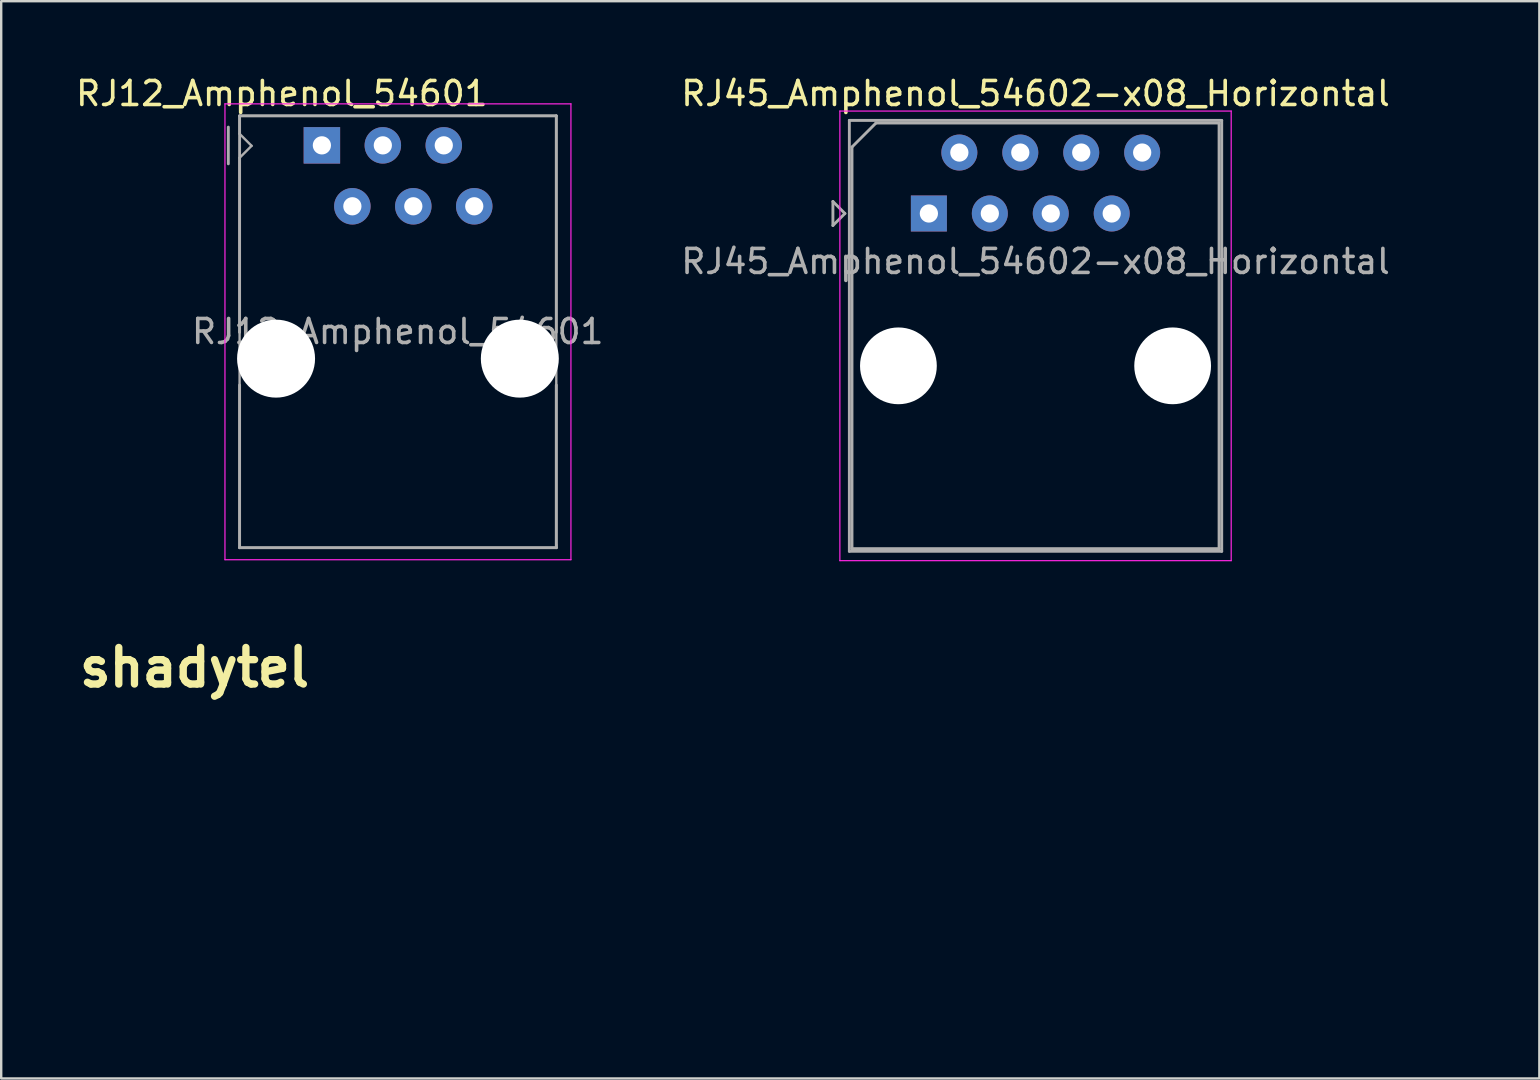
<source format=kicad_pcb>
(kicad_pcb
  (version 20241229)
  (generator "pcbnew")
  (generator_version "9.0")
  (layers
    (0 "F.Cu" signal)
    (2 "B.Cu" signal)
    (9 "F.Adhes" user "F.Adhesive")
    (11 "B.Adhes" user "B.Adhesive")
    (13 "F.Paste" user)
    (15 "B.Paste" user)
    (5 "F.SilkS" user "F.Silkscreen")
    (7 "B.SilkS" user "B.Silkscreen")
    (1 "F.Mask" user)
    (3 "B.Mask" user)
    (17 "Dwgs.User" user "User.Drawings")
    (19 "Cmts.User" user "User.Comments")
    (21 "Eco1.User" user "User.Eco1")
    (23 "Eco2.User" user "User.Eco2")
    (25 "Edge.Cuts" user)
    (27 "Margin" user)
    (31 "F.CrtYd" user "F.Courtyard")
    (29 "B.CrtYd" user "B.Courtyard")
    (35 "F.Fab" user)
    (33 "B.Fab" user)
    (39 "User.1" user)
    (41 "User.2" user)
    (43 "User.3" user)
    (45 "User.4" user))
  (footprint "RJ12_Amphenol_54601"
    (layer "F.Cu")
    (at 10.366 3.008)
    (property "Reference" "RJ12_Amphenol_54601" (at -1.67 -2.16 0) (layer "F.SilkS") (effects (font (size 1 1) (thickness 0.15))))
    (attr through_hole)
    (fp_line (start -4.04 -1.73) (end 10.38 -1.73) (stroke (width 0.05) (type solid)) (layer "F.CrtYd"))
    (fp_line (start -4.04 17.27) (end -4.04 -1.73) (stroke (width 0.05) (type solid)) (layer "F.CrtYd"))
    (fp_line (start 10.38 -1.73) (end 10.38 17.27) (stroke (width 0.05) (type solid)) (layer "F.CrtYd"))
    (fp_line (start 10.38 17.27) (end -4.04 17.27) (stroke (width 0.05) (type solid)) (layer "F.CrtYd"))
    (fp_line (start -3.9 0.77) (end -3.9 -0.76) (stroke (width 0.12) (type solid)) (layer "F.Fab"))
    (fp_line (start -3.43 -1.23) (end 9.77 -1.23) (stroke (width 0.1) (type solid)) (layer "F.Fab"))
    (fp_line (start -3.43 -1.23) (end 9.77 -1.23) (stroke (width 0.12) (type solid)) (layer "F.Fab"))
    (fp_line (start -3.43 -0.48) (end -3.43 -1.23) (stroke (width 0.1) (type solid)) (layer "F.Fab"))
    (fp_line (start -3.43 0.52) (end -2.93 0.02) (stroke (width 0.1) (type solid)) (layer "F.Fab"))
    (fp_line (start -3.43 7.72) (end -3.43 7.79) (stroke (width 0.1) (type solid)) (layer "F.Fab"))
    (fp_line (start -3.43 7.79) (end -3.43 -1.23) (stroke (width 0.12) (type solid)) (layer "F.Fab"))
    (fp_line (start -3.43 16.77) (end -3.43 0.52) (stroke (width 0.1) (type solid)) (layer "F.Fab"))
    (fp_line (start -3.43 16.77) (end -3.43 9.99) (stroke (width 0.12) (type solid)) (layer "F.Fab"))
    (fp_line (start -2.93 0.02) (end -3.43 -0.48) (stroke (width 0.1) (type solid)) (layer "F.Fab"))
    (fp_line (start 9.77 -1.23) (end 9.77 7.79) (stroke (width 0.12) (type solid)) (layer "F.Fab"))
    (fp_line (start 9.77 -1.23) (end 9.77 16.77) (stroke (width 0.1) (type solid)) (layer "F.Fab"))
    (fp_line (start 9.77 16.65) (end 9.77 16.77) (stroke (width 0.1) (type solid)) (layer "F.Fab"))
    (fp_line (start 9.77 16.77) (end -3.43 16.77) (stroke (width 0.1) (type solid)) (layer "F.Fab"))
    (fp_line (start 9.77 16.77) (end -3.43 16.77) (stroke (width 0.12) (type solid)) (layer "F.Fab"))
    (fp_line (start 9.77 16.77) (end 9.77 9.99) (stroke (width 0.12) (type solid)) (layer "F.Fab"))
    (fp_text user "${REFERENCE}" (at 3.16 7.76 0) (layer "F.Fab") (effects (font (size 1 1) (thickness 0.15))))
    (pad "" np_thru_hole circle (at -1.91 8.89) (size 3.25 3.25) (drill 3.25) (layers "*.Cu" "*.Mask"))
    (pad "" np_thru_hole circle (at 8.25 8.89) (size 3.25 3.25) (drill 3.25) (layers "*.Cu" "*.Mask"))
    (pad "1" thru_hole rect (at 0 0) (size 1.52 1.52) (drill 0.76) (layers "*.Cu" "*.Mask"))
    (pad "2" thru_hole circle (at 1.27 2.54) (size 1.52 1.52) (drill 0.76) (layers "*.Cu" "*.Mask"))
    (pad "3" thru_hole circle (at 2.54 0) (size 1.52 1.52) (drill 0.76) (layers "*.Cu" "*.Mask"))
    (pad "4" thru_hole circle (at 3.81 2.54) (size 1.52 1.52) (drill 0.76) (layers "*.Cu" "*.Mask"))
    (pad "5" thru_hole circle (at 5.08 0) (size 1.52 1.52) (drill 0.76) (layers "*.Cu" "*.Mask"))
    (pad "6" thru_hole circle (at 6.35 2.54) (size 1.52 1.52) (drill 0.76) (layers "*.Cu" "*.Mask")))
  (footprint "RJ45_Amphenol_54602-x08_Horizontal"
    (layer "F.Cu")
    (at 35.665 5.848)
    (property "Reference" "RJ45_Amphenol_54602-x08_Horizontal" (at 4.445 -5 0) (layer "F.SilkS") (effects (font (size 1 1) (thickness 0.15))))
    (attr through_hole)
    (fp_line (start -3.71 -4.27) (end -3.71 14.47) (stroke (width 0.05) (type solid)) (layer "F.CrtYd"))
    (fp_line (start -3.71 -4.27) (end 12.6 -4.27) (stroke (width 0.05) (type solid)) (layer "F.CrtYd"))
    (fp_line (start 12.6 14.47) (end -3.71 14.47) (stroke (width 0.05) (type solid)) (layer "F.CrtYd"))
    (fp_line (start 12.6 14.47) (end 12.6 -4.27) (stroke (width 0.05) (type solid)) (layer "F.CrtYd"))
    (fp_line (start -4 -0.5) (end -4 0.5) (stroke (width 0.12) (type solid)) (layer "F.Fab"))
    (fp_line (start -4 0.5) (end -3.5 0) (stroke (width 0.12) (type solid)) (layer "F.Fab"))
    (fp_line (start -3.5 0) (end -4 -0.5) (stroke (width 0.12) (type solid)) (layer "F.Fab"))
    (fp_line (start -3.315 -3.88) (end -3.315 14.08) (stroke (width 0.12) (type solid)) (layer "F.Fab"))
    (fp_line (start -3.315 14.08) (end 12.205 14.08) (stroke (width 0.12) (type solid)) (layer "F.Fab"))
    (fp_line (start -3.205 -2.77) (end -2.205 -3.77) (stroke (width 0.12) (type solid)) (layer "F.Fab"))
    (fp_line (start -3.205 13.97) (end -3.205 -2.77) (stroke (width 0.12) (type solid)) (layer "F.Fab"))
    (fp_line (start -2.205 -3.77) (end 12.095 -3.77) (stroke (width 0.12) (type solid)) (layer "F.Fab"))
    (fp_line (start 12.095 -3.77) (end 12.095 13.97) (stroke (width 0.12) (type solid)) (layer "F.Fab"))
    (fp_line (start 12.095 13.97) (end -3.205 13.97) (stroke (width 0.12) (type solid)) (layer "F.Fab"))
    (fp_line (start 12.205 -3.88) (end -3.315 -3.88) (stroke (width 0.12) (type solid)) (layer "F.Fab"))
    (fp_line (start 12.205 -3.88) (end 12.205 14.08) (stroke (width 0.12) (type solid)) (layer "F.Fab"))
    (fp_text user "${REFERENCE}" (at 4.445 2 0) (layer "F.Fab") (effects (font (size 1 1) (thickness 0.15))))
    (pad "" np_thru_hole circle (at -1.27 6.35) (size 3.2 3.2) (drill 3.2) (layers "*.Cu" "*.Mask"))
    (pad "" np_thru_hole circle (at 10.16 6.35) (size 3.2 3.2) (drill 3.2) (layers "*.Cu" "*.Mask"))
    (pad "1" thru_hole rect (at 0 0) (size 1.5 1.5) (drill 0.76) (layers "*.Cu" "*.Mask"))
    (pad "2" thru_hole circle (at 1.27 -2.54) (size 1.5 1.5) (drill 0.76) (layers "*.Cu" "*.Mask"))
    (pad "3" thru_hole circle (at 2.54 0) (size 1.5 1.5) (drill 0.76) (layers "*.Cu" "*.Mask"))
    (pad "4" thru_hole circle (at 3.81 -2.54) (size 1.5 1.5) (drill 0.76) (layers "*.Cu" "*.Mask"))
    (pad "5" thru_hole circle (at 5.08 0) (size 1.5 1.5) (drill 0.76) (layers "*.Cu" "*.Mask"))
    (pad "6" thru_hole circle (at 6.35 -2.54) (size 1.5 1.5) (drill 0.76) (layers "*.Cu" "*.Mask"))
    (pad "7" thru_hole circle (at 7.62 0) (size 1.5 1.5) (drill 0.76) (layers "*.Cu" "*.Mask"))
    (pad "8" thru_hole circle (at 8.89 -2.54) (size 1.5 1.5) (drill 0.76) (layers "*.Cu" "*.Mask")))
  (footprint "shadytel"
    (layer "F.Cu")
    (at 5.058 27.628)
    (property "Reference" "shadytel" (at 0 -2.858 0) (layer "F.SilkS") (effects (font (size 1.524 1.524) (thickness 0.305))))
    (attr exclude_from_pos_files exclude_from_bom)
    (fp_poly (pts (xy 27.576 7.793) (xy 26.87 8.003) (xy 26.744 8.465) (xy 27.425 8.768) (xy 28.131 8.541) (xy 28.257 8.087) (xy 27.576 7.793)) (stroke (width 0) (type solid)) (fill yes) (layer "F.Mask"))
    (fp_poly (pts (xy 32.304 6.389) (xy 31.48 6.977) (xy 31.244 8.205) (xy 31.849 8.675) (xy 32.741 8.07) (xy 32.977 6.86) (xy 32.304 6.389)) (stroke (width 0) (type solid)) (fill yes) (layer "F.Mask"))
    (fp_poly (pts (xy 43.972 6.33) (xy 43.249 6.591) (xy 43.089 7.07) (xy 44.577 7.07) (xy 44.602 6.935) (xy 44.636 6.683) (xy 43.972 6.33)) (stroke (width 0) (type solid)) (fill yes) (layer "F.Mask"))
    (fp_poly (pts (xy 7.292 5.52) (xy 7.966 5.52) (xy 8.64 5.52) (xy 8.654 4.886) (xy 8.726 4.835) (xy 9.4 4.842) (xy 10.074 4.848) (xy 10.146 5.812) (xy 10.462 6.129) (xy 11.362 7.063) (xy 12.054 8.094) (xy 12.109 8.811) (xy 12.039 9.489) (xy 11.05 9.514) (xy 10.046 9.514) (xy 9.042 9.514) (xy 7.762 9.511) (xy 6.481 9.508) (xy 5.201 9.505) (xy 3.921 9.502) (xy 3.849 9.426) (xy 3.835 8.83) (xy 4.096 7.701) (xy 4.711 6.896) (xy 5.427 6.167) (xy 5.8 5.787) (xy 5.814 4.886) (xy 5.886 4.835) (xy 6.646 4.829) (xy 7.277 4.886) (xy 7.292 5.52)) (stroke (width 0) (type solid)) (fill yes) (layer "F.Mask"))
    (fp_poly (pts (xy 7.074 2.781) (xy 8.48 2.788) (xy 9.811 2.842) (xy 11.055 2.957) (xy 12.2 3.149) (xy 12.938 3.279) (xy 13.6 3.479) (xy 14.142 4.29) (xy 14.419 5.148) (xy 14.248 6.04) (xy 13.474 6.361) (xy 12.364 6.366) (xy 11.448 6.142) (xy 10.835 5.432) (xy 10.748 4.518) (xy 9.976 4.213) (xy 8.626 4.051) (xy 7.372 4.062) (xy 6.189 4.163) (xy 5.29 4.468) (xy 5.113 5.027) (xy 5.01 5.647) (xy 4.183 6.245) (xy 2.788 6.382) (xy 1.878 6.218) (xy 1.507 5.473) (xy 1.668 4.582) (xy 1.939 3.98) (xy 2.315 3.479) (xy 2.945 3.314) (xy 3.819 3.128) (xy 4.747 2.983) (xy 5.727 2.858) (xy 6.401 2.819) (xy 7.074 2.781)) (stroke (width 0) (type solid)) (fill yes) (layer "F.Mask"))
    (fp_poly (pts (xy 3.743 1.664) (xy 4.68 1.263) (xy 5.889 0.781) (xy 7.083 0.375) (xy 7.976 0.2) (xy 8.788 0.328) (xy 9.841 0.671) (xy 11 1.145) (xy 12.132 1.664) (xy 13.242 2.175) (xy 14.309 2.678) (xy 15.164 3.163) (xy 15.635 3.624) (xy 15.599 4.588) (xy 15.141 5.949) (xy 14.637 7.198) (xy 14.25 8.129) (xy 13.749 9.205) (xy 13.216 10.15) (xy 12.736 10.689) (xy 12.024 10.885) (xy 10.868 11.002) (xy 9.462 11.058) (xy 7.996 11.072) (xy 6.53 11.065) (xy 5.127 11.021) (xy 3.981 10.91) (xy 3.289 10.699) (xy 2.663 9.938) (xy 1.967 8.693) (xy 1.384 7.431) (xy 0.972 6.431) (xy 0.543 5.28) (xy 0.252 4.242) (xy 0.254 3.583) (xy 0.78 3.128) (xy 1.746 2.588) (xy 2.839 2.066) (xy 3.743 1.664)) (stroke (width 0.4) (type solid)) (fill no) (layer "F.Mask"))
    (fp_poly (pts (xy 15.742 3.874) (xy 14.572 7.134) (xy 13.082 10.395) (xy 14.362 10.395) (xy 15.641 10.395) (xy 16.92 10.395) (xy 18.2 10.395) (xy 18.32 10.395) (xy 18.32 9.525) (xy 17.336 9.435) (xy 16.857 9.138) (xy 16.748 8.709) (xy 16.815 8.247) (xy 17.958 8.247) (xy 17.916 8.499) (xy 18.581 8.768) (xy 19.252 8.64) (xy 19.438 8.171) (xy 18.95 7.91) (xy 17.723 7.818) (xy 17.109 7.12) (xy 17.242 6.416) (xy 17.563 5.876) (xy 18.157 5.597) (xy 19.237 5.514) (xy 20.433 5.678) (xy 20.767 6.271) (xy 20.708 6.657) (xy 19.64 6.657) (xy 19.648 6.54) (xy 19.018 6.263) (xy 18.387 6.397) (xy 18.244 6.792) (xy 19.169 7.07) (xy 20.186 7.204) (xy 20.582 7.843) (xy 20.144 9.029) (xy 19.475 9.416) (xy 18.32 9.525) (xy 18.32 10.395) (xy 19.479 10.395) (xy 20.758 10.395) (xy 22.038 10.395) (xy 23.317 10.395) (xy 24.596 10.395) (xy 24.641 10.395) (xy 24.641 9.483) (xy 23.523 9.483) (xy 24.028 7.112) (xy 24.078 6.75) (xy 23.582 6.397) (xy 22.905 6.592) (xy 22.581 7.246) (xy 22.102 9.483) (xy 20.984 9.483) (xy 22.178 3.875) (xy 23.296 3.875) (xy 22.783 6.279) (xy 22.808 6.279) (xy 23.344 5.673) (xy 24.17 5.514) (xy 24.994 5.713) (xy 25.264 6.321) (xy 25.222 6.742) (xy 24.641 9.483) (xy 24.641 10.395) (xy 25.876 10.395) (xy 26.752 10.395) (xy 26.752 9.525) (xy 25.848 9.345) (xy 25.575 8.743) (xy 25.687 8.058) (xy 25.97 7.524) (xy 26.503 7.198) (xy 27.307 7.087) (xy 28.088 7.18) (xy 28.358 7.558) (xy 28.383 7.558) (xy 28.534 6.851) (xy 28.568 6.591) (xy 27.971 6.22) (xy 27.257 6.708) (xy 26.121 6.708) (xy 26.508 5.868) (xy 27.083 5.593) (xy 28.106 5.514) (xy 29.018 5.588) (xy 29.527 5.851) (xy 29.703 6.321) (xy 29.636 6.927) (xy 29.09 9.483) (xy 27.971 9.483) (xy 28.139 8.894) (xy 28.114 8.894) (xy 27.603 9.393) (xy 26.752 9.525) (xy 26.752 10.395) (xy 27.155 10.395) (xy 28.434 10.395) (xy 29.714 10.395) (xy 30.993 10.395) (xy 31.32 10.395) (xy 31.32 9.525) (xy 30.369 9.294) (xy 30.067 8.558) (xy 30.192 7.697) (xy 30.437 6.666) (xy 31.043 5.797) (xy 32.152 5.514) (xy 32.853 5.659) (xy 33.144 6.145) (xy 33.161 6.145) (xy 33.649 3.875) (xy 34.767 3.875) (xy 33.573 9.483) (xy 32.489 9.483) (xy 32.674 8.793) (xy 32.657 8.793) (xy 32.124 9.364) (xy 31.32 9.525) (xy 31.32 10.395) (xy 32.272 10.395) (xy 33.552 10.395) (xy 34.831 10.395) (xy 35.452 10.038) (xy 35.704 9.483) (xy 35.107 9.483) (xy 34.72 5.556) (xy 35.905 5.556) (xy 35.998 7.187) (xy 36.043 7.987) (xy 36.082 8.818) (xy 36.099 8.818) (xy 36.368 8.163) (xy 36.435 8.003) (xy 36.788 7.187) (xy 37.486 5.556) (xy 39.169 5.556) (xy 39.345 4.707) (xy 40.472 4.707) (xy 40.286 5.556) (xy 41.783 5.556) (xy 41.607 6.38) (xy 40.11 6.38) (xy 39.74 8.154) (xy 39.689 8.474) (xy 39.967 8.693) (xy 40.531 7.919) (xy 41.447 7.919) (xy 41.405 8.096) (xy 40.968 9.155) (xy 40.464 9.437) (xy 39.639 9.524) (xy 38.783 9.353) (xy 38.513 8.81) (xy 38.572 8.348) (xy 38.992 6.38) (xy 38.267 6.38) (xy 36.755 9.735) (xy 36.41 10.395) (xy 43.425 10.395) (xy 43.425 9.525) (xy 42.113 9.297) (xy 41.735 8.507) (xy 41.858 7.582) (xy 42.139 6.574) (xy 42.823 5.763) (xy 44.156 5.514) (xy 45.334 5.724) (xy 45.712 6.515) (xy 45.527 7.717) (xy 42.946 7.717) (xy 42.853 8.281) (xy 43.518 8.726) (xy 44.325 8.197) (xy 45.418 8.197) (xy 45.105 8.986) (xy 44.478 9.403) (xy 43.425 9.525) (xy 43.425 10.395) (xy 46.98 10.395) (xy 46.98 9.483) (xy 45.862 9.483) (xy 47.056 3.875) (xy 48.174 3.875) (xy 46.98 9.483) (xy 46.98 10.395) (xy 51.776 10.395) (xy 53.05 3.874) (xy 15.742 3.874)) (stroke (width 0) (type solid)) (fill yes) (layer "F.Mask")))
  (gr_rect
    (start -3 -3)
    (end 61.109 41.9)
    (stroke (width 0.1) (type default))
    (fill no)
    (layer "Edge.Cuts")))
</source>
